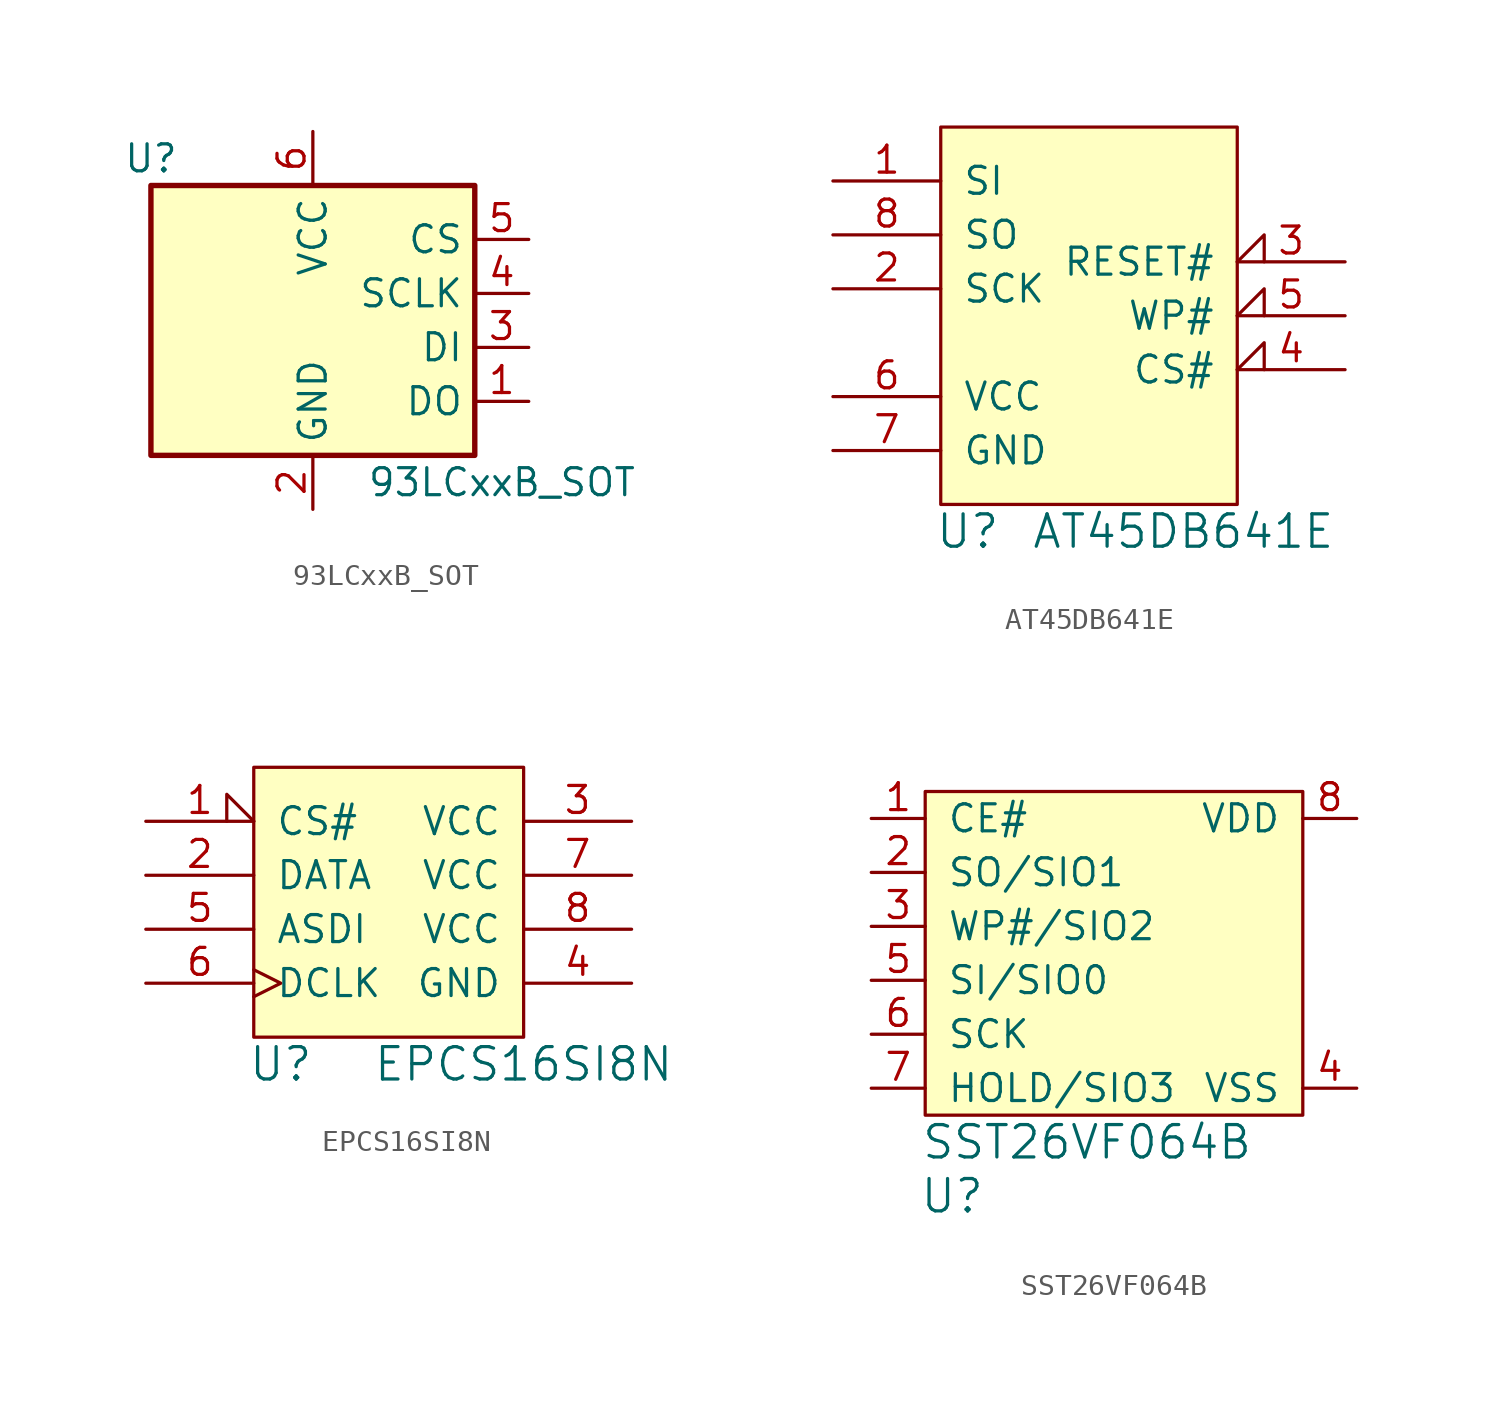
<source format=kicad_sym>
(kicad_symbol_lib
  (version 20211014)
  (generator kicad_symbol_editor)
  (symbol "93LCxxB_SOT"
    (property "Reference" "U"
      (at -7.62 7.62 0)
      (effects (font (size 1.27 1.27))))
    (property "Value" "93LCxxB_SOT"
      (at 2.54 -7.62 0)
      (effects (font (size 1.27 1.27)) (justify left)))
    (symbol "93LCxxB_SOT_1_1"
      (rectangle (start -7.62 6.35) (end 7.62 -6.35) (stroke (width 0.254) (type default) (color 0 0 0 0)) (fill (type background)))
      (pin tri_state line (at 10.16 -3.81 180) (length 2.54) (name "DO" (effects (font (size 1.27 1.27)))) (number "1" (effects (font (size 1.27 1.27)))))
      (pin power_in line (at 0 -8.89 90) (length 2.54) (name "GND" (effects (font (size 1.27 1.27)))) (number "2" (effects (font (size 1.27 1.27)))))
      (pin input line (at 10.16 -1.27 180) (length 2.54) (name "DI" (effects (font (size 1.27 1.27)))) (number "3" (effects (font (size 1.27 1.27)))))
      (pin input line (at 10.16 1.27 180) (length 2.54) (name "SCLK" (effects (font (size 1.27 1.27)))) (number "4" (effects (font (size 1.27 1.27)))))
      (pin input line (at 10.16 3.81 180) (length 2.54) (name "CS" (effects (font (size 1.27 1.27)))) (number "5" (effects (font (size 1.27 1.27)))))
      (pin power_in line (at 0 8.89 270) (length 2.54) (name "VCC" (effects (font (size 1.27 1.27)))) (number "6" (effects (font (size 1.27 1.27)))))))
  (symbol "AT45DB641E"
    (pin_names
      (offset 1.016))
    (property "Reference" "U"
      (at 1.27 -1.27 0)
      (effects (font (size 1.524 1.524))))
    (property "Value" "AT45DB641E"
      (at 11.43 -1.27 0)
      (effects (font (size 1.524 1.524))))
    (property "Footprint" ""
      (at 0 0 0)
      (effects (font (size 1.524 1.524))))
    (property "Datasheet" ""
      (at 0 0 0)
      (effects (font (size 1.524 1.524))))
    (symbol "AT45DB641E_0_1"
      (rectangle (start 0 0) (end 13.97 17.78) (stroke (width 0) (type default) (color 0 0 0 0)) (fill (type background))))
    (symbol "AT45DB641E_1_1"
      (pin input line (at -5.08 15.24 0) (length 5.08) (name "SI" (effects (font (size 1.27 1.27)))) (number "1" (effects (font (size 1.27 1.27)))))
      (pin input line (at -5.08 10.16 0) (length 5.08) (name "SCK" (effects (font (size 1.27 1.27)))) (number "2" (effects (font (size 1.27 1.27)))))
      (pin input input_low (at 19.05 11.43 180) (length 5.08) (name "RESET#" (effects (font (size 1.27 1.27)))) (number "3" (effects (font (size 1.27 1.27)))))
      (pin input input_low (at 19.05 6.35 180) (length 5.08) (name "CS#" (effects (font (size 1.27 1.27)))) (number "4" (effects (font (size 1.27 1.27)))))
      (pin input input_low (at 19.05 8.89 180) (length 5.08) (name "WP#" (effects (font (size 1.27 1.27)))) (number "5" (effects (font (size 1.27 1.27)))))
      (pin power_in line (at -5.08 5.08 0) (length 5.08) (name "VCC" (effects (font (size 1.27 1.27)))) (number "6" (effects (font (size 1.27 1.27)))))
      (pin power_in line (at -5.08 2.54 0) (length 5.08) (name "GND" (effects (font (size 1.27 1.27)))) (number "7" (effects (font (size 1.27 1.27)))))
      (pin output line (at -5.08 12.7 0) (length 5.08) (name "SO" (effects (font (size 1.27 1.27)))) (number "8" (effects (font (size 1.27 1.27)))))))
  (symbol "EPCS16SI8N"
    (pin_names
      (offset 1.016))
    (property "Reference" "U"
      (at 1.27 -1.27 0)
      (effects (font (size 1.524 1.524))))
    (property "Value" "EPCS16SI8N"
      (at 12.7 -1.27 0)
      (effects (font (size 1.524 1.524))))
    (property "Footprint" ""
      (at 0 0 0)
      (effects (font (size 1.524 1.524))))
    (property "Datasheet" ""
      (at 0 0 0)
      (effects (font (size 1.524 1.524))))
    (symbol "EPCS16SI8N_0_1"
      (rectangle (start 0 0) (end 12.7 12.7) (stroke (width 0) (type default) (color 0 0 0 0)) (fill (type background))))
    (symbol "EPCS16SI8N_1_1"
      (pin input input_low (at -5.08 10.16 0) (length 5.08) (name "CS#" (effects (font (size 1.27 1.27)))) (number "1" (effects (font (size 1.27 1.27)))))
      (pin bidirectional line (at -5.08 7.62 0) (length 5.08) (name "DATA" (effects (font (size 1.27 1.27)))) (number "2" (effects (font (size 1.27 1.27)))))
      (pin power_in line (at 17.78 10.16 180) (length 5.08) (name "VCC" (effects (font (size 1.27 1.27)))) (number "3" (effects (font (size 1.27 1.27)))))
      (pin power_in line (at 17.78 2.54 180) (length 5.08) (name "GND" (effects (font (size 1.27 1.27)))) (number "4" (effects (font (size 1.27 1.27)))))
      (pin input line (at -5.08 5.08 0) (length 5.08) (name "ASDI" (effects (font (size 1.27 1.27)))) (number "5" (effects (font (size 1.27 1.27)))))
      (pin input clock (at -5.08 2.54 0) (length 5.08) (name "DCLK" (effects (font (size 1.27 1.27)))) (number "6" (effects (font (size 1.27 1.27)))))
      (pin power_in line (at 17.78 7.62 180) (length 5.08) (name "VCC" (effects (font (size 1.27 1.27)))) (number "7" (effects (font (size 1.27 1.27)))))
      (pin power_in line (at 17.78 5.08 180) (length 5.08) (name "VCC" (effects (font (size 1.27 1.27)))) (number "8" (effects (font (size 1.27 1.27)))))))
  (symbol "SST26VF064B"
    (pin_names
      (offset 1.016))
    (property "Reference" "U"
      (at 1.27 -3.81 0)
      (effects (font (size 1.524 1.524))))
    (property "Value" "SST26VF064B"
      (at 7.62 -1.27 0)
      (effects (font (size 1.524 1.524))))
    (symbol "SST26VF064B_0_1"
      (rectangle (start 0 15.24) (end 17.78 0) (stroke (width 0) (type default) (color 0 0 0 0)) (fill (type background))))
    (symbol "SST26VF064B_1_1"
      (pin input line (at -2.54 13.97 0) (length 2.54) (name "CE#" (effects (font (size 1.27 1.27)))) (number "1" (effects (font (size 1.27 1.27)))))
      (pin bidirectional line (at -2.54 11.43 0) (length 2.54) (name "SO/SIO1" (effects (font (size 1.27 1.27)))) (number "2" (effects (font (size 1.27 1.27)))))
      (pin bidirectional line (at -2.54 8.89 0) (length 2.54) (name "WP#/SIO2" (effects (font (size 1.27 1.27)))) (number "3" (effects (font (size 1.27 1.27)))))
      (pin power_in line (at 20.32 1.27 180) (length 2.54) (name "VSS" (effects (font (size 1.27 1.27)))) (number "4" (effects (font (size 1.27 1.27)))))
      (pin bidirectional line (at -2.54 6.35 0) (length 2.54) (name "SI/SIO0" (effects (font (size 1.27 1.27)))) (number "5" (effects (font (size 1.27 1.27)))))
      (pin input line (at -2.54 3.81 0) (length 2.54) (name "SCK" (effects (font (size 1.27 1.27)))) (number "6" (effects (font (size 1.27 1.27)))))
      (pin bidirectional line (at -2.54 1.27 0) (length 2.54) (name "HOLD/SIO3" (effects (font (size 1.27 1.27)))) (number "7" (effects (font (size 1.27 1.27)))))
      (pin power_in line (at 20.32 13.97 180) (length 2.54) (name "VDD" (effects (font (size 1.27 1.27)))) (number "8" (effects (font (size 1.27 1.27))))))))
</source>
